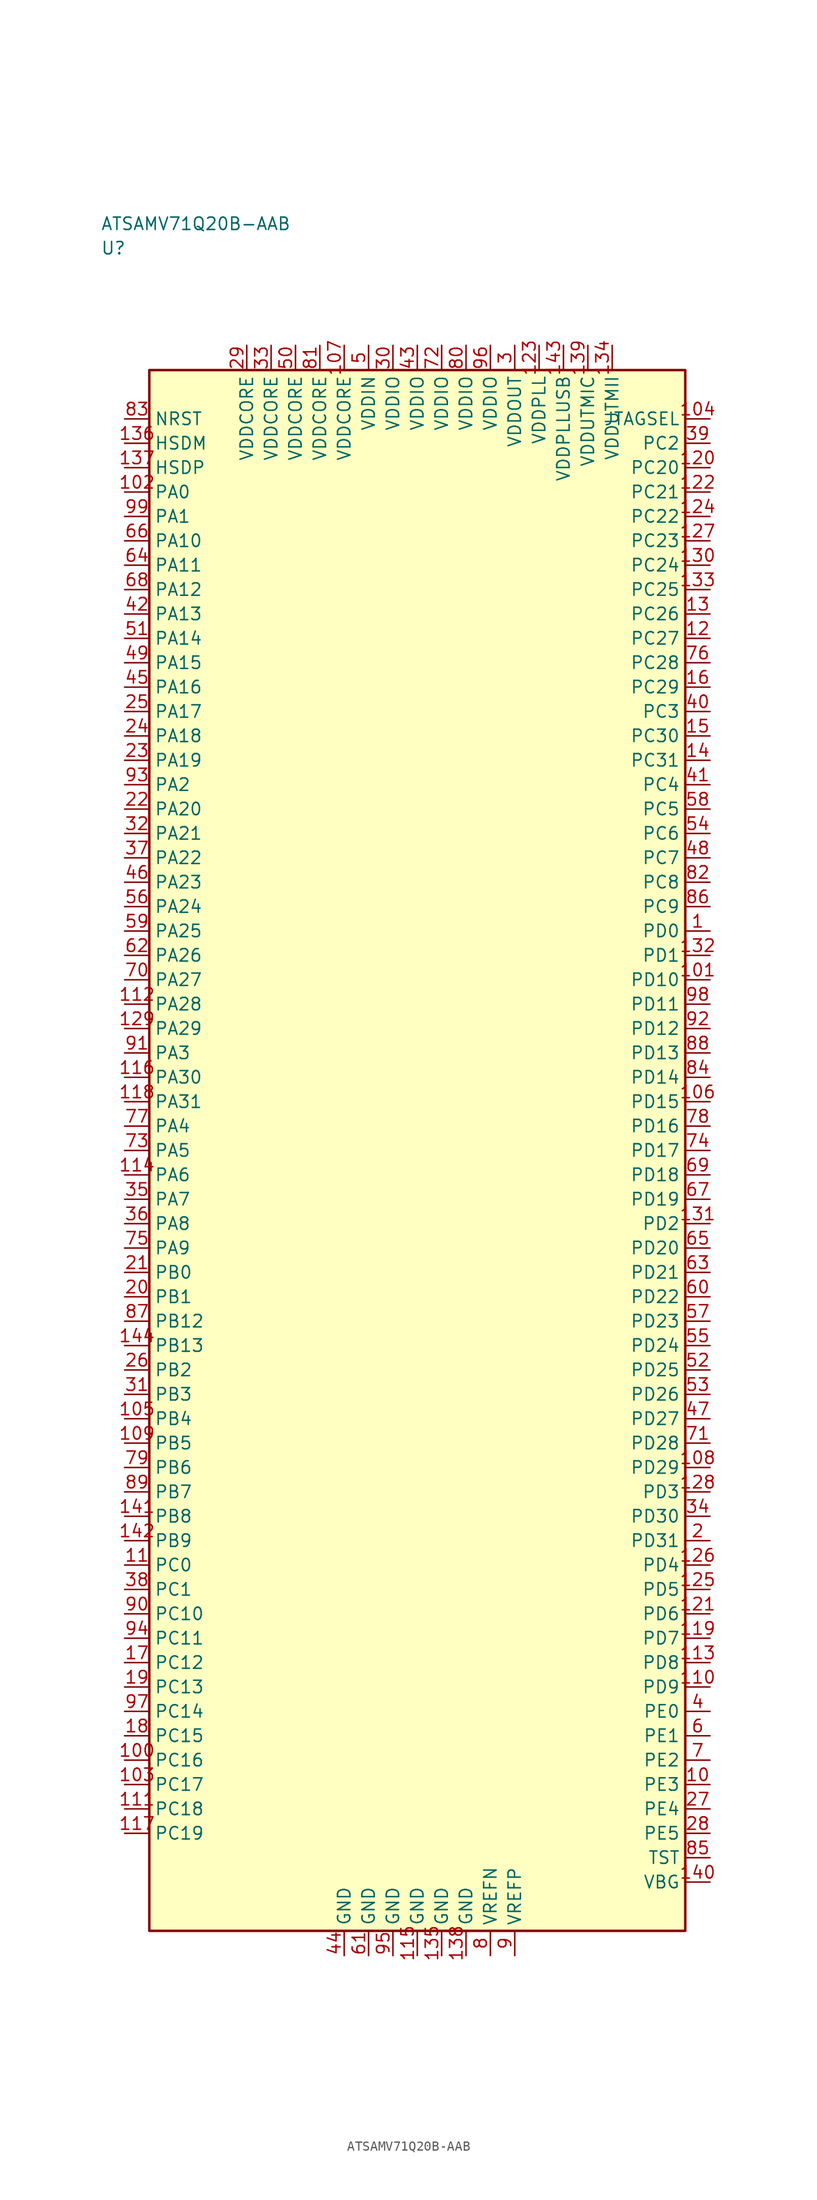
<source format=kicad_sym>
(kicad_symbol_lib
  (version 20241025)
  (generator "kicad_symbol_editor")
  (generator_version "8.0")
  (symbol "ATSAMV71Q20B-AAB"
    (property "Reference" "U"
      (at -32.5 92.5 0)
      (effects (font (size 1.27 1.27)) (justify left)))
    (property "Value" "ATSAMV71Q20B-AAB"
      (at -32.5 95.0 0)
      (effects (font (size 1.27 1.27)) (justify left)))
    (symbol "ATSAMV71Q20B-AAB_0_1"
      (rectangle (start -27.5 80.0) (end 27.5 -80.0) (stroke (width 0.254) (type default)) (fill (type background))))
    (symbol "ATSAMV71Q20B-AAB_1_1"
      (pin bidirectional line (at -30.04 67.5 0.0) (length 2.54) (name "PA0" (effects (font (size 1.27 1.27)))) (number "102" (effects (font (size 1.27 1.27)))))
      (pin bidirectional line (at -30.04 65.0 0.0) (length 2.54) (name "PA1" (effects (font (size 1.27 1.27)))) (number "99" (effects (font (size 1.27 1.27)))))
      (pin bidirectional line (at -30.04 37.5 0.0) (length 2.54) (name "PA2" (effects (font (size 1.27 1.27)))) (number "93" (effects (font (size 1.27 1.27)))))
      (pin bidirectional line (at -30.04 10.0 0.0) (length 2.54) (name "PA3" (effects (font (size 1.27 1.27)))) (number "91" (effects (font (size 1.27 1.27)))))
      (pin bidirectional line (at -30.04 2.5 0.0) (length 2.54) (name "PA4" (effects (font (size 1.27 1.27)))) (number "77" (effects (font (size 1.27 1.27)))))
      (pin bidirectional line (at -30.04 0.0 0.0) (length 2.54) (name "PA5" (effects (font (size 1.27 1.27)))) (number "73" (effects (font (size 1.27 1.27)))))
      (pin bidirectional line (at -30.04 -2.5 0.0) (length 2.54) (name "PA6" (effects (font (size 1.27 1.27)))) (number "114" (effects (font (size 1.27 1.27)))))
      (pin bidirectional line (at -30.04 -5.0 0.0) (length 2.54) (name "PA7" (effects (font (size 1.27 1.27)))) (number "35" (effects (font (size 1.27 1.27)))))
      (pin bidirectional line (at -30.04 -7.5 0.0) (length 2.54) (name "PA8" (effects (font (size 1.27 1.27)))) (number "36" (effects (font (size 1.27 1.27)))))
      (pin bidirectional line (at -30.04 -10.0 0.0) (length 2.54) (name "PA9" (effects (font (size 1.27 1.27)))) (number "75" (effects (font (size 1.27 1.27)))))
      (pin bidirectional line (at -30.04 62.5 0.0) (length 2.54) (name "PA10" (effects (font (size 1.27 1.27)))) (number "66" (effects (font (size 1.27 1.27)))))
      (pin bidirectional line (at -30.04 60.0 0.0) (length 2.54) (name "PA11" (effects (font (size 1.27 1.27)))) (number "64" (effects (font (size 1.27 1.27)))))
      (pin bidirectional line (at -30.04 57.5 0.0) (length 2.54) (name "PA12" (effects (font (size 1.27 1.27)))) (number "68" (effects (font (size 1.27 1.27)))))
      (pin bidirectional line (at -30.04 55.0 0.0) (length 2.54) (name "PA13" (effects (font (size 1.27 1.27)))) (number "42" (effects (font (size 1.27 1.27)))))
      (pin bidirectional line (at -30.04 52.5 0.0) (length 2.54) (name "PA14" (effects (font (size 1.27 1.27)))) (number "51" (effects (font (size 1.27 1.27)))))
      (pin bidirectional line (at -30.04 50.0 0.0) (length 2.54) (name "PA15" (effects (font (size 1.27 1.27)))) (number "49" (effects (font (size 1.27 1.27)))))
      (pin bidirectional line (at -30.04 47.5 0.0) (length 2.54) (name "PA16" (effects (font (size 1.27 1.27)))) (number "45" (effects (font (size 1.27 1.27)))))
      (pin bidirectional line (at -30.04 45.0 0.0) (length 2.54) (name "PA17" (effects (font (size 1.27 1.27)))) (number "25" (effects (font (size 1.27 1.27)))))
      (pin bidirectional line (at -30.04 42.5 0.0) (length 2.54) (name "PA18" (effects (font (size 1.27 1.27)))) (number "24" (effects (font (size 1.27 1.27)))))
      (pin bidirectional line (at -30.04 40.0 0.0) (length 2.54) (name "PA19" (effects (font (size 1.27 1.27)))) (number "23" (effects (font (size 1.27 1.27)))))
      (pin bidirectional line (at -30.04 35.0 0.0) (length 2.54) (name "PA20" (effects (font (size 1.27 1.27)))) (number "22" (effects (font (size 1.27 1.27)))))
      (pin bidirectional line (at -30.04 32.5 0.0) (length 2.54) (name "PA21" (effects (font (size 1.27 1.27)))) (number "32" (effects (font (size 1.27 1.27)))))
      (pin bidirectional line (at -30.04 30.0 0.0) (length 2.54) (name "PA22" (effects (font (size 1.27 1.27)))) (number "37" (effects (font (size 1.27 1.27)))))
      (pin bidirectional line (at -30.04 27.5 0.0) (length 2.54) (name "PA23" (effects (font (size 1.27 1.27)))) (number "46" (effects (font (size 1.27 1.27)))))
      (pin bidirectional line (at -30.04 25.0 0.0) (length 2.54) (name "PA24" (effects (font (size 1.27 1.27)))) (number "56" (effects (font (size 1.27 1.27)))))
      (pin bidirectional line (at -30.04 22.5 0.0) (length 2.54) (name "PA25" (effects (font (size 1.27 1.27)))) (number "59" (effects (font (size 1.27 1.27)))))
      (pin bidirectional line (at -30.04 20.0 0.0) (length 2.54) (name "PA26" (effects (font (size 1.27 1.27)))) (number "62" (effects (font (size 1.27 1.27)))))
      (pin bidirectional line (at -30.04 17.5 0.0) (length 2.54) (name "PA27" (effects (font (size 1.27 1.27)))) (number "70" (effects (font (size 1.27 1.27)))))
      (pin bidirectional line (at -30.04 15.0 0.0) (length 2.54) (name "PA28" (effects (font (size 1.27 1.27)))) (number "112" (effects (font (size 1.27 1.27)))))
      (pin bidirectional line (at -30.04 12.5 0.0) (length 2.54) (name "PA29" (effects (font (size 1.27 1.27)))) (number "129" (effects (font (size 1.27 1.27)))))
      (pin bidirectional line (at -30.04 7.5 0.0) (length 2.54) (name "PA30" (effects (font (size 1.27 1.27)))) (number "116" (effects (font (size 1.27 1.27)))))
      (pin bidirectional line (at -30.04 5.0 0.0) (length 2.54) (name "PA31" (effects (font (size 1.27 1.27)))) (number "118" (effects (font (size 1.27 1.27)))))
      (pin bidirectional line (at -30.04 -12.5 0.0) (length 2.54) (name "PB0" (effects (font (size 1.27 1.27)))) (number "21" (effects (font (size 1.27 1.27)))))
      (pin bidirectional line (at -30.04 -15.0 0.0) (length 2.54) (name "PB1" (effects (font (size 1.27 1.27)))) (number "20" (effects (font (size 1.27 1.27)))))
      (pin bidirectional line (at -30.04 -22.5 0.0) (length 2.54) (name "PB2" (effects (font (size 1.27 1.27)))) (number "26" (effects (font (size 1.27 1.27)))))
      (pin bidirectional line (at -30.04 -25.0 0.0) (length 2.54) (name "PB3" (effects (font (size 1.27 1.27)))) (number "31" (effects (font (size 1.27 1.27)))))
      (pin bidirectional line (at -30.04 -27.5 0.0) (length 2.54) (name "PB4" (effects (font (size 1.27 1.27)))) (number "105" (effects (font (size 1.27 1.27)))))
      (pin bidirectional line (at -30.04 -30.0 0.0) (length 2.54) (name "PB5" (effects (font (size 1.27 1.27)))) (number "109" (effects (font (size 1.27 1.27)))))
      (pin bidirectional line (at -30.04 -32.5 0.0) (length 2.54) (name "PB6" (effects (font (size 1.27 1.27)))) (number "79" (effects (font (size 1.27 1.27)))))
      (pin bidirectional line (at -30.04 -35.0 0.0) (length 2.54) (name "PB7" (effects (font (size 1.27 1.27)))) (number "89" (effects (font (size 1.27 1.27)))))
      (pin bidirectional line (at -30.04 -37.5 0.0) (length 2.54) (name "PB8" (effects (font (size 1.27 1.27)))) (number "141" (effects (font (size 1.27 1.27)))))
      (pin bidirectional line (at -30.04 -40.0 0.0) (length 2.54) (name "PB9" (effects (font (size 1.27 1.27)))) (number "142" (effects (font (size 1.27 1.27)))))
      (pin bidirectional line (at -30.04 -17.5 0.0) (length 2.54) (name "PB12" (effects (font (size 1.27 1.27)))) (number "87" (effects (font (size 1.27 1.27)))))
      (pin bidirectional line (at -30.04 -20.0 0.0) (length 2.54) (name "PB13" (effects (font (size 1.27 1.27)))) (number "144" (effects (font (size 1.27 1.27)))))
      (pin bidirectional line (at -30.04 -42.5 0.0) (length 2.54) (name "PC0" (effects (font (size 1.27 1.27)))) (number "11" (effects (font (size 1.27 1.27)))))
      (pin bidirectional line (at -30.04 -45.0 0.0) (length 2.54) (name "PC1" (effects (font (size 1.27 1.27)))) (number "38" (effects (font (size 1.27 1.27)))))
      (pin bidirectional line (at 30.04 72.5 180.0) (length 2.54) (name "PC2" (effects (font (size 1.27 1.27)))) (number "39" (effects (font (size 1.27 1.27)))))
      (pin bidirectional line (at 30.04 45.0 180.0) (length 2.54) (name "PC3" (effects (font (size 1.27 1.27)))) (number "40" (effects (font (size 1.27 1.27)))))
      (pin bidirectional line (at 30.04 37.5 180.0) (length 2.54) (name "PC4" (effects (font (size 1.27 1.27)))) (number "41" (effects (font (size 1.27 1.27)))))
      (pin bidirectional line (at 30.04 35.0 180.0) (length 2.54) (name "PC5" (effects (font (size 1.27 1.27)))) (number "58" (effects (font (size 1.27 1.27)))))
      (pin bidirectional line (at 30.04 32.5 180.0) (length 2.54) (name "PC6" (effects (font (size 1.27 1.27)))) (number "54" (effects (font (size 1.27 1.27)))))
      (pin bidirectional line (at 30.04 30.0 180.0) (length 2.54) (name "PC7" (effects (font (size 1.27 1.27)))) (number "48" (effects (font (size 1.27 1.27)))))
      (pin bidirectional line (at 30.04 27.5 180.0) (length 2.54) (name "PC8" (effects (font (size 1.27 1.27)))) (number "82" (effects (font (size 1.27 1.27)))))
      (pin bidirectional line (at 30.04 25.0 180.0) (length 2.54) (name "PC9" (effects (font (size 1.27 1.27)))) (number "86" (effects (font (size 1.27 1.27)))))
      (pin bidirectional line (at -30.04 -47.5 0.0) (length 2.54) (name "PC10" (effects (font (size 1.27 1.27)))) (number "90" (effects (font (size 1.27 1.27)))))
      (pin bidirectional line (at -30.04 -50.0 0.0) (length 2.54) (name "PC11" (effects (font (size 1.27 1.27)))) (number "94" (effects (font (size 1.27 1.27)))))
      (pin bidirectional line (at -30.04 -52.5 0.0) (length 2.54) (name "PC12" (effects (font (size 1.27 1.27)))) (number "17" (effects (font (size 1.27 1.27)))))
      (pin bidirectional line (at -30.04 -55.0 0.0) (length 2.54) (name "PC13" (effects (font (size 1.27 1.27)))) (number "19" (effects (font (size 1.27 1.27)))))
      (pin bidirectional line (at -30.04 -57.5 0.0) (length 2.54) (name "PC14" (effects (font (size 1.27 1.27)))) (number "97" (effects (font (size 1.27 1.27)))))
      (pin bidirectional line (at -30.04 -60.0 0.0) (length 2.54) (name "PC15" (effects (font (size 1.27 1.27)))) (number "18" (effects (font (size 1.27 1.27)))))
      (pin bidirectional line (at -30.04 -62.5 0.0) (length 2.54) (name "PC16" (effects (font (size 1.27 1.27)))) (number "100" (effects (font (size 1.27 1.27)))))
      (pin bidirectional line (at -30.04 -65.0 0.0) (length 2.54) (name "PC17" (effects (font (size 1.27 1.27)))) (number "103" (effects (font (size 1.27 1.27)))))
      (pin bidirectional line (at -30.04 -67.5 0.0) (length 2.54) (name "PC18" (effects (font (size 1.27 1.27)))) (number "111" (effects (font (size 1.27 1.27)))))
      (pin bidirectional line (at -30.04 -70.0 0.0) (length 2.54) (name "PC19" (effects (font (size 1.27 1.27)))) (number "117" (effects (font (size 1.27 1.27)))))
      (pin bidirectional line (at 30.04 70.0 180.0) (length 2.54) (name "PC20" (effects (font (size 1.27 1.27)))) (number "120" (effects (font (size 1.27 1.27)))))
      (pin bidirectional line (at 30.04 67.5 180.0) (length 2.54) (name "PC21" (effects (font (size 1.27 1.27)))) (number "122" (effects (font (size 1.27 1.27)))))
      (pin bidirectional line (at 30.04 65.0 180.0) (length 2.54) (name "PC22" (effects (font (size 1.27 1.27)))) (number "124" (effects (font (size 1.27 1.27)))))
      (pin bidirectional line (at 30.04 62.5 180.0) (length 2.54) (name "PC23" (effects (font (size 1.27 1.27)))) (number "127" (effects (font (size 1.27 1.27)))))
      (pin bidirectional line (at 30.04 60.0 180.0) (length 2.54) (name "PC24" (effects (font (size 1.27 1.27)))) (number "130" (effects (font (size 1.27 1.27)))))
      (pin bidirectional line (at 30.04 57.5 180.0) (length 2.54) (name "PC25" (effects (font (size 1.27 1.27)))) (number "133" (effects (font (size 1.27 1.27)))))
      (pin bidirectional line (at 30.04 55.0 180.0) (length 2.54) (name "PC26" (effects (font (size 1.27 1.27)))) (number "13" (effects (font (size 1.27 1.27)))))
      (pin bidirectional line (at 30.04 52.5 180.0) (length 2.54) (name "PC27" (effects (font (size 1.27 1.27)))) (number "12" (effects (font (size 1.27 1.27)))))
      (pin bidirectional line (at 30.04 50.0 180.0) (length 2.54) (name "PC28" (effects (font (size 1.27 1.27)))) (number "76" (effects (font (size 1.27 1.27)))))
      (pin bidirectional line (at 30.04 47.5 180.0) (length 2.54) (name "PC29" (effects (font (size 1.27 1.27)))) (number "16" (effects (font (size 1.27 1.27)))))
      (pin bidirectional line (at 30.04 42.5 180.0) (length 2.54) (name "PC30" (effects (font (size 1.27 1.27)))) (number "15" (effects (font (size 1.27 1.27)))))
      (pin bidirectional line (at 30.04 40.0 180.0) (length 2.54) (name "PC31" (effects (font (size 1.27 1.27)))) (number "14" (effects (font (size 1.27 1.27)))))
      (pin bidirectional line (at 30.04 22.5 180.0) (length 2.54) (name "PD0" (effects (font (size 1.27 1.27)))) (number "1" (effects (font (size 1.27 1.27)))))
      (pin bidirectional line (at 30.04 20.0 180.0) (length 2.54) (name "PD1" (effects (font (size 1.27 1.27)))) (number "132" (effects (font (size 1.27 1.27)))))
      (pin bidirectional line (at 30.04 -7.5 180.0) (length 2.54) (name "PD2" (effects (font (size 1.27 1.27)))) (number "131" (effects (font (size 1.27 1.27)))))
      (pin bidirectional line (at 30.04 -35.0 180.0) (length 2.54) (name "PD3" (effects (font (size 1.27 1.27)))) (number "128" (effects (font (size 1.27 1.27)))))
      (pin bidirectional line (at 30.04 -42.5 180.0) (length 2.54) (name "PD4" (effects (font (size 1.27 1.27)))) (number "126" (effects (font (size 1.27 1.27)))))
      (pin bidirectional line (at 30.04 -45.0 180.0) (length 2.54) (name "PD5" (effects (font (size 1.27 1.27)))) (number "125" (effects (font (size 1.27 1.27)))))
      (pin bidirectional line (at 30.04 -47.5 180.0) (length 2.54) (name "PD6" (effects (font (size 1.27 1.27)))) (number "121" (effects (font (size 1.27 1.27)))))
      (pin bidirectional line (at 30.04 -50.0 180.0) (length 2.54) (name "PD7" (effects (font (size 1.27 1.27)))) (number "119" (effects (font (size 1.27 1.27)))))
      (pin bidirectional line (at 30.04 -52.5 180.0) (length 2.54) (name "PD8" (effects (font (size 1.27 1.27)))) (number "113" (effects (font (size 1.27 1.27)))))
      (pin bidirectional line (at 30.04 -55.0 180.0) (length 2.54) (name "PD9" (effects (font (size 1.27 1.27)))) (number "110" (effects (font (size 1.27 1.27)))))
      (pin bidirectional line (at 30.04 17.5 180.0) (length 2.54) (name "PD10" (effects (font (size 1.27 1.27)))) (number "101" (effects (font (size 1.27 1.27)))))
      (pin bidirectional line (at 30.04 15.0 180.0) (length 2.54) (name "PD11" (effects (font (size 1.27 1.27)))) (number "98" (effects (font (size 1.27 1.27)))))
      (pin bidirectional line (at 30.04 12.5 180.0) (length 2.54) (name "PD12" (effects (font (size 1.27 1.27)))) (number "92" (effects (font (size 1.27 1.27)))))
      (pin bidirectional line (at 30.04 10.0 180.0) (length 2.54) (name "PD13" (effects (font (size 1.27 1.27)))) (number "88" (effects (font (size 1.27 1.27)))))
      (pin bidirectional line (at 30.04 7.5 180.0) (length 2.54) (name "PD14" (effects (font (size 1.27 1.27)))) (number "84" (effects (font (size 1.27 1.27)))))
      (pin bidirectional line (at 30.04 5.0 180.0) (length 2.54) (name "PD15" (effects (font (size 1.27 1.27)))) (number "106" (effects (font (size 1.27 1.27)))))
      (pin bidirectional line (at 30.04 2.5 180.0) (length 2.54) (name "PD16" (effects (font (size 1.27 1.27)))) (number "78" (effects (font (size 1.27 1.27)))))
      (pin bidirectional line (at 30.04 0.0 180.0) (length 2.54) (name "PD17" (effects (font (size 1.27 1.27)))) (number "74" (effects (font (size 1.27 1.27)))))
      (pin bidirectional line (at 30.04 -2.5 180.0) (length 2.54) (name "PD18" (effects (font (size 1.27 1.27)))) (number "69" (effects (font (size 1.27 1.27)))))
      (pin bidirectional line (at 30.04 -5.0 180.0) (length 2.54) (name "PD19" (effects (font (size 1.27 1.27)))) (number "67" (effects (font (size 1.27 1.27)))))
      (pin bidirectional line (at 30.04 -10.0 180.0) (length 2.54) (name "PD20" (effects (font (size 1.27 1.27)))) (number "65" (effects (font (size 1.27 1.27)))))
      (pin bidirectional line (at 30.04 -12.5 180.0) (length 2.54) (name "PD21" (effects (font (size 1.27 1.27)))) (number "63" (effects (font (size 1.27 1.27)))))
      (pin bidirectional line (at 30.04 -15.0 180.0) (length 2.54) (name "PD22" (effects (font (size 1.27 1.27)))) (number "60" (effects (font (size 1.27 1.27)))))
      (pin bidirectional line (at 30.04 -17.5 180.0) (length 2.54) (name "PD23" (effects (font (size 1.27 1.27)))) (number "57" (effects (font (size 1.27 1.27)))))
      (pin bidirectional line (at 30.04 -20.0 180.0) (length 2.54) (name "PD24" (effects (font (size 1.27 1.27)))) (number "55" (effects (font (size 1.27 1.27)))))
      (pin bidirectional line (at 30.04 -22.5 180.0) (length 2.54) (name "PD25" (effects (font (size 1.27 1.27)))) (number "52" (effects (font (size 1.27 1.27)))))
      (pin bidirectional line (at 30.04 -25.0 180.0) (length 2.54) (name "PD26" (effects (font (size 1.27 1.27)))) (number "53" (effects (font (size 1.27 1.27)))))
      (pin bidirectional line (at 30.04 -27.5 180.0) (length 2.54) (name "PD27" (effects (font (size 1.27 1.27)))) (number "47" (effects (font (size 1.27 1.27)))))
      (pin bidirectional line (at 30.04 -30.0 180.0) (length 2.54) (name "PD28" (effects (font (size 1.27 1.27)))) (number "71" (effects (font (size 1.27 1.27)))))
      (pin bidirectional line (at 30.04 -32.5 180.0) (length 2.54) (name "PD29" (effects (font (size 1.27 1.27)))) (number "108" (effects (font (size 1.27 1.27)))))
      (pin bidirectional line (at 30.04 -37.5 180.0) (length 2.54) (name "PD30" (effects (font (size 1.27 1.27)))) (number "34" (effects (font (size 1.27 1.27)))))
      (pin bidirectional line (at 30.04 -40.0 180.0) (length 2.54) (name "PD31" (effects (font (size 1.27 1.27)))) (number "2" (effects (font (size 1.27 1.27)))))
      (pin bidirectional line (at 30.04 -57.5 180.0) (length 2.54) (name "PE0" (effects (font (size 1.27 1.27)))) (number "4" (effects (font (size 1.27 1.27)))))
      (pin bidirectional line (at 30.04 -60.0 180.0) (length 2.54) (name "PE1" (effects (font (size 1.27 1.27)))) (number "6" (effects (font (size 1.27 1.27)))))
      (pin bidirectional line (at 30.04 -62.5 180.0) (length 2.54) (name "PE2" (effects (font (size 1.27 1.27)))) (number "7" (effects (font (size 1.27 1.27)))))
      (pin bidirectional line (at 30.04 -65.0 180.0) (length 2.54) (name "PE3" (effects (font (size 1.27 1.27)))) (number "10" (effects (font (size 1.27 1.27)))))
      (pin bidirectional line (at 30.04 -67.5 180.0) (length 2.54) (name "PE4" (effects (font (size 1.27 1.27)))) (number "27" (effects (font (size 1.27 1.27)))))
      (pin bidirectional line (at 30.04 -70.0 180.0) (length 2.54) (name "PE5" (effects (font (size 1.27 1.27)))) (number "28" (effects (font (size 1.27 1.27)))))
      (pin power_in line (at 10.0 82.54 270.0) (length 2.54) (name "VDDOUT" (effects (font (size 1.27 1.27)))) (number "3" (effects (font (size 1.27 1.27)))))
      (pin power_in line (at -5.0 82.54 270.0) (length 2.54) (name "VDDIN" (effects (font (size 1.27 1.27)))) (number "5" (effects (font (size 1.27 1.27)))))
      (pin passive line (at 7.5 -82.54 90.0) (length 2.54) (name "VREFN" (effects (font (size 1.27 1.27)))) (number "8" (effects (font (size 1.27 1.27)))))
      (pin passive line (at 10.0 -82.54 90.0) (length 2.54) (name "VREFP" (effects (font (size 1.27 1.27)))) (number "9" (effects (font (size 1.27 1.27)))))
      (pin input line (at -30.04 75.0 0.0) (length 2.54) (name "NRST" (effects (font (size 1.27 1.27)))) (number "83" (effects (font (size 1.27 1.27)))))
      (pin bidirectional line (at 30.04 -72.5 180.0) (length 2.54) (name "TST" (effects (font (size 1.27 1.27)))) (number "85" (effects (font (size 1.27 1.27)))))
      (pin power_in line (at -2.5 82.54 270.0) (length 2.54) (name "VDDIO" (effects (font (size 1.27 1.27)))) (number "30" (effects (font (size 1.27 1.27)))))
      (pin power_in line (at 0.0 82.54 270.0) (length 2.54) (name "VDDIO" (effects (font (size 1.27 1.27)))) (number "43" (effects (font (size 1.27 1.27)))))
      (pin power_in line (at 2.5 82.54 270.0) (length 2.54) (name "VDDIO" (effects (font (size 1.27 1.27)))) (number "72" (effects (font (size 1.27 1.27)))))
      (pin power_in line (at 5.0 82.54 270.0) (length 2.54) (name "VDDIO" (effects (font (size 1.27 1.27)))) (number "80" (effects (font (size 1.27 1.27)))))
      (pin power_in line (at 7.5 82.54 270.0) (length 2.54) (name "VDDIO" (effects (font (size 1.27 1.27)))) (number "96" (effects (font (size 1.27 1.27)))))
      (pin output line (at 30.04 75.0 180.0) (length 2.54) (name "JTAGSEL" (effects (font (size 1.27 1.27)))) (number "104" (effects (font (size 1.27 1.27)))))
      (pin power_in line (at -17.5 82.54 270.0) (length 2.54) (name "VDDCORE" (effects (font (size 1.27 1.27)))) (number "29" (effects (font (size 1.27 1.27)))))
      (pin power_in line (at -15.0 82.54 270.0) (length 2.54) (name "VDDCORE" (effects (font (size 1.27 1.27)))) (number "33" (effects (font (size 1.27 1.27)))))
      (pin power_in line (at -12.5 82.54 270.0) (length 2.54) (name "VDDCORE" (effects (font (size 1.27 1.27)))) (number "50" (effects (font (size 1.27 1.27)))))
      (pin power_in line (at -10.0 82.54 270.0) (length 2.54) (name "VDDCORE" (effects (font (size 1.27 1.27)))) (number "81" (effects (font (size 1.27 1.27)))))
      (pin power_in line (at -7.5 82.54 270.0) (length 2.54) (name "VDDCORE" (effects (font (size 1.27 1.27)))) (number "107" (effects (font (size 1.27 1.27)))))
      (pin power_in line (at 12.5 82.54 270.0) (length 2.54) (name "VDDPLL" (effects (font (size 1.27 1.27)))) (number "123" (effects (font (size 1.27 1.27)))))
      (pin power_in line (at 20.0 82.54 270.0) (length 2.54) (name "VDDUTMII" (effects (font (size 1.27 1.27)))) (number "134" (effects (font (size 1.27 1.27)))))
      (pin bidirectional line (at -30.04 72.5 0.0) (length 2.54) (name "HSDM" (effects (font (size 1.27 1.27)))) (number "136" (effects (font (size 1.27 1.27)))))
      (pin bidirectional line (at -30.04 70.0 0.0) (length 2.54) (name "HSDP" (effects (font (size 1.27 1.27)))) (number "137" (effects (font (size 1.27 1.27)))))
      (pin passive line (at -7.5 -82.54 90.0) (length 2.54) (name "GND" (effects (font (size 1.27 1.27)))) (number "44" (effects (font (size 1.27 1.27)))))
      (pin passive line (at -5.0 -82.54 90.0) (length 2.54) (name "GND" (effects (font (size 1.27 1.27)))) (number "61" (effects (font (size 1.27 1.27)))))
      (pin passive line (at -2.5 -82.54 90.0) (length 2.54) (name "GND" (effects (font (size 1.27 1.27)))) (number "95" (effects (font (size 1.27 1.27)))))
      (pin passive line (at 0.0 -82.54 90.0) (length 2.54) (name "GND" (effects (font (size 1.27 1.27)))) (number "115" (effects (font (size 1.27 1.27)))))
      (pin passive line (at 2.5 -82.54 90.0) (length 2.54) (name "GND" (effects (font (size 1.27 1.27)))) (number "135" (effects (font (size 1.27 1.27)))))
      (pin passive line (at 5.0 -82.54 90.0) (length 2.54) (name "GND" (effects (font (size 1.27 1.27)))) (number "138" (effects (font (size 1.27 1.27)))))
      (pin power_in line (at 17.5 82.54 270.0) (length 2.54) (name "VDDUTMIC" (effects (font (size 1.27 1.27)))) (number "139" (effects (font (size 1.27 1.27)))))
      (pin bidirectional line (at 30.04 -75.0 180.0) (length 2.54) (name "VBG" (effects (font (size 1.27 1.27)))) (number "140" (effects (font (size 1.27 1.27)))))
      (pin power_in line (at 15.0 82.54 270.0) (length 2.54) (name "VDDPLLUSB" (effects (font (size 1.27 1.27)))) (number "143" (effects (font (size 1.27 1.27))))))))
</source>
